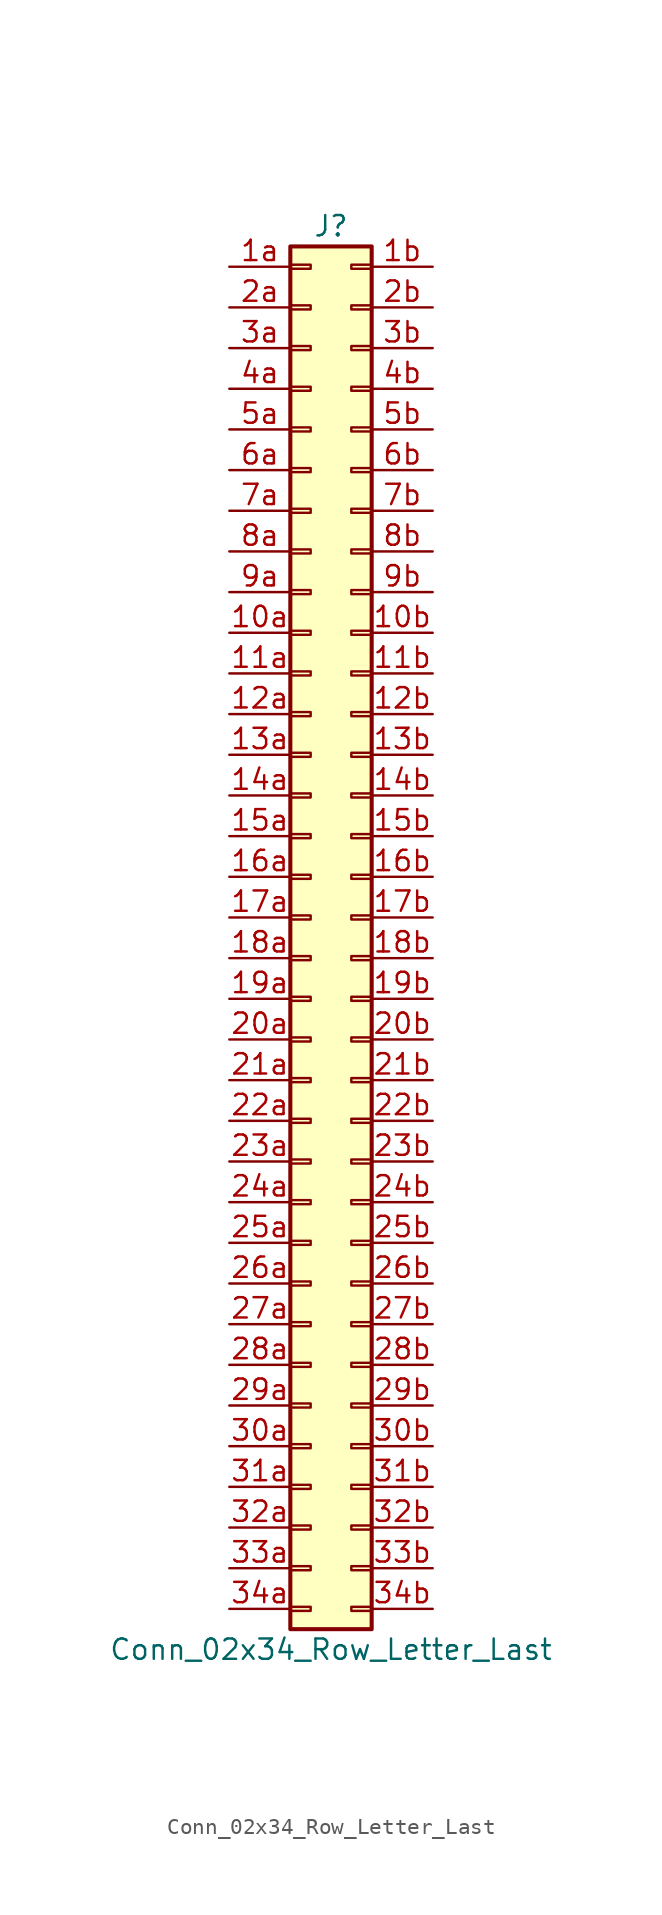
<source format=kicad_sym>
(kicad_symbol_lib
  (version 20201005)
  (generator kicad_symbol_editor)
  (symbol "Conn_02x34_Row_Letter_Last"
    (pin_names
      (offset 1.016) hide)
    (property "Reference" "J"
      (at 1.27 43.18 0)
      (effects (font (size 1.27 1.27))))
    (property "Value" "Conn_02x34_Row_Letter_Last"
      (at 1.27 -45.72 0)
      (effects (font (size 1.27 1.27))))
    (symbol "Conn_02x34_Row_Letter_Last_1_1"
      (rectangle (start -1.27 -43.053) (end 0 -43.307) (stroke (width 0.152)) (fill (type none)))
      (rectangle (start -1.27 -40.513) (end 0 -40.767) (stroke (width 0.152)) (fill (type none)))
      (rectangle (start -1.27 -37.973) (end 0 -38.227) (stroke (width 0.152)) (fill (type none)))
      (rectangle (start -1.27 -35.433) (end 0 -35.687) (stroke (width 0.152)) (fill (type none)))
      (rectangle (start -1.27 -32.893) (end 0 -33.147) (stroke (width 0.152)) (fill (type none)))
      (rectangle (start -1.27 -30.353) (end 0 -30.607) (stroke (width 0.152)) (fill (type none)))
      (rectangle (start -1.27 -27.813) (end 0 -28.067) (stroke (width 0.152)) (fill (type none)))
      (rectangle (start -1.27 -25.273) (end 0 -25.527) (stroke (width 0.152)) (fill (type none)))
      (rectangle (start -1.27 -22.733) (end 0 -22.987) (stroke (width 0.152)) (fill (type none)))
      (rectangle (start -1.27 -20.193) (end 0 -20.447) (stroke (width 0.152)) (fill (type none)))
      (rectangle (start -1.27 -17.653) (end 0 -17.907) (stroke (width 0.152)) (fill (type none)))
      (rectangle (start -1.27 -15.113) (end 0 -15.367) (stroke (width 0.152)) (fill (type none)))
      (rectangle (start -1.27 -12.573) (end 0 -12.827) (stroke (width 0.152)) (fill (type none)))
      (rectangle (start -1.27 -10.033) (end 0 -10.287) (stroke (width 0.152)) (fill (type none)))
      (rectangle (start -1.27 -7.493) (end 0 -7.747) (stroke (width 0.152)) (fill (type none)))
      (rectangle (start -1.27 -4.953) (end 0 -5.207) (stroke (width 0.152)) (fill (type none)))
      (rectangle (start -1.27 -2.413) (end 0 -2.667) (stroke (width 0.152)) (fill (type none)))
      (rectangle (start -1.27 0.127) (end 0 -0.127) (stroke (width 0.152)) (fill (type none)))
      (rectangle (start -1.27 2.667) (end 0 2.413) (stroke (width 0.152)) (fill (type none)))
      (rectangle (start -1.27 5.207) (end 0 4.953) (stroke (width 0.152)) (fill (type none)))
      (rectangle (start -1.27 7.747) (end 0 7.493) (stroke (width 0.152)) (fill (type none)))
      (rectangle (start -1.27 10.287) (end 0 10.033) (stroke (width 0.152)) (fill (type none)))
      (rectangle (start -1.27 12.827) (end 0 12.573) (stroke (width 0.152)) (fill (type none)))
      (rectangle (start -1.27 15.367) (end 0 15.113) (stroke (width 0.152)) (fill (type none)))
      (rectangle (start -1.27 17.907) (end 0 17.653) (stroke (width 0.152)) (fill (type none)))
      (rectangle (start -1.27 20.447) (end 0 20.193) (stroke (width 0.152)) (fill (type none)))
      (rectangle (start -1.27 22.987) (end 0 22.733) (stroke (width 0.152)) (fill (type none)))
      (rectangle (start -1.27 25.527) (end 0 25.273) (stroke (width 0.152)) (fill (type none)))
      (rectangle (start -1.27 28.067) (end 0 27.813) (stroke (width 0.152)) (fill (type none)))
      (rectangle (start -1.27 30.607) (end 0 30.353) (stroke (width 0.152)) (fill (type none)))
      (rectangle (start -1.27 33.147) (end 0 32.893) (stroke (width 0.152)) (fill (type none)))
      (rectangle (start -1.27 35.687) (end 0 35.433) (stroke (width 0.152)) (fill (type none)))
      (rectangle (start -1.27 38.227) (end 0 37.973) (stroke (width 0.152)) (fill (type none)))
      (rectangle (start -1.27 40.767) (end 0 40.513) (stroke (width 0.152)) (fill (type none)))
      (rectangle (start 3.81 -43.053) (end 2.54 -43.307) (stroke (width 0.152)) (fill (type none)))
      (rectangle (start 3.81 -40.513) (end 2.54 -40.767) (stroke (width 0.152)) (fill (type none)))
      (rectangle (start 3.81 -37.973) (end 2.54 -38.227) (stroke (width 0.152)) (fill (type none)))
      (rectangle (start 3.81 -35.433) (end 2.54 -35.687) (stroke (width 0.152)) (fill (type none)))
      (rectangle (start 3.81 -32.893) (end 2.54 -33.147) (stroke (width 0.152)) (fill (type none)))
      (rectangle (start 3.81 -30.353) (end 2.54 -30.607) (stroke (width 0.152)) (fill (type none)))
      (rectangle (start 3.81 -27.813) (end 2.54 -28.067) (stroke (width 0.152)) (fill (type none)))
      (rectangle (start 3.81 -25.273) (end 2.54 -25.527) (stroke (width 0.152)) (fill (type none)))
      (rectangle (start 3.81 -22.733) (end 2.54 -22.987) (stroke (width 0.152)) (fill (type none)))
      (rectangle (start 3.81 -20.193) (end 2.54 -20.447) (stroke (width 0.152)) (fill (type none)))
      (rectangle (start 3.81 -17.653) (end 2.54 -17.907) (stroke (width 0.152)) (fill (type none)))
      (rectangle (start 3.81 -15.113) (end 2.54 -15.367) (stroke (width 0.152)) (fill (type none)))
      (rectangle (start 3.81 -12.573) (end 2.54 -12.827) (stroke (width 0.152)) (fill (type none)))
      (rectangle (start 3.81 -10.033) (end 2.54 -10.287) (stroke (width 0.152)) (fill (type none)))
      (rectangle (start 3.81 -7.493) (end 2.54 -7.747) (stroke (width 0.152)) (fill (type none)))
      (rectangle (start 3.81 -4.953) (end 2.54 -5.207) (stroke (width 0.152)) (fill (type none)))
      (rectangle (start 3.81 -2.413) (end 2.54 -2.667) (stroke (width 0.152)) (fill (type none)))
      (rectangle (start 3.81 0.127) (end 2.54 -0.127) (stroke (width 0.152)) (fill (type none)))
      (rectangle (start 3.81 2.667) (end 2.54 2.413) (stroke (width 0.152)) (fill (type none)))
      (rectangle (start 3.81 5.207) (end 2.54 4.953) (stroke (width 0.152)) (fill (type none)))
      (rectangle (start 3.81 7.747) (end 2.54 7.493) (stroke (width 0.152)) (fill (type none)))
      (rectangle (start 3.81 10.287) (end 2.54 10.033) (stroke (width 0.152)) (fill (type none)))
      (rectangle (start 3.81 12.827) (end 2.54 12.573) (stroke (width 0.152)) (fill (type none)))
      (rectangle (start 3.81 15.367) (end 2.54 15.113) (stroke (width 0.152)) (fill (type none)))
      (rectangle (start 3.81 17.907) (end 2.54 17.653) (stroke (width 0.152)) (fill (type none)))
      (rectangle (start 3.81 20.447) (end 2.54 20.193) (stroke (width 0.152)) (fill (type none)))
      (rectangle (start 3.81 22.987) (end 2.54 22.733) (stroke (width 0.152)) (fill (type none)))
      (rectangle (start 3.81 25.527) (end 2.54 25.273) (stroke (width 0.152)) (fill (type none)))
      (rectangle (start 3.81 28.067) (end 2.54 27.813) (stroke (width 0.152)) (fill (type none)))
      (rectangle (start 3.81 30.607) (end 2.54 30.353) (stroke (width 0.152)) (fill (type none)))
      (rectangle (start 3.81 33.147) (end 2.54 32.893) (stroke (width 0.152)) (fill (type none)))
      (rectangle (start 3.81 35.687) (end 2.54 35.433) (stroke (width 0.152)) (fill (type none)))
      (rectangle (start 3.81 38.227) (end 2.54 37.973) (stroke (width 0.152)) (fill (type none)))
      (rectangle (start 3.81 40.767) (end 2.54 40.513) (stroke (width 0.152)) (fill (type none)))
      (rectangle (start -1.27 41.91) (end 3.81 -44.45) (stroke (width 0.254)) (fill (type background)))
      (pin passive line (at -5.08 17.78 0) (length 3.81) (name "Pin_10a" (effects (font (size 1.27 1.27)))) (number "10a" (effects (font (size 1.27 1.27)))))
      (pin passive line (at 7.62 17.78 180) (length 3.81) (name "Pin_10b" (effects (font (size 1.27 1.27)))) (number "10b" (effects (font (size 1.27 1.27)))))
      (pin passive line (at -5.08 15.24 0) (length 3.81) (name "Pin_11a" (effects (font (size 1.27 1.27)))) (number "11a" (effects (font (size 1.27 1.27)))))
      (pin passive line (at 7.62 15.24 180) (length 3.81) (name "Pin_11b" (effects (font (size 1.27 1.27)))) (number "11b" (effects (font (size 1.27 1.27)))))
      (pin passive line (at -5.08 12.7 0) (length 3.81) (name "Pin_12a" (effects (font (size 1.27 1.27)))) (number "12a" (effects (font (size 1.27 1.27)))))
      (pin passive line (at 7.62 12.7 180) (length 3.81) (name "Pin_12b" (effects (font (size 1.27 1.27)))) (number "12b" (effects (font (size 1.27 1.27)))))
      (pin passive line (at -5.08 10.16 0) (length 3.81) (name "Pin_13a" (effects (font (size 1.27 1.27)))) (number "13a" (effects (font (size 1.27 1.27)))))
      (pin passive line (at 7.62 10.16 180) (length 3.81) (name "Pin_13b" (effects (font (size 1.27 1.27)))) (number "13b" (effects (font (size 1.27 1.27)))))
      (pin passive line (at -5.08 7.62 0) (length 3.81) (name "Pin_14a" (effects (font (size 1.27 1.27)))) (number "14a" (effects (font (size 1.27 1.27)))))
      (pin passive line (at 7.62 7.62 180) (length 3.81) (name "Pin_14b" (effects (font (size 1.27 1.27)))) (number "14b" (effects (font (size 1.27 1.27)))))
      (pin passive line (at -5.08 5.08 0) (length 3.81) (name "Pin_15a" (effects (font (size 1.27 1.27)))) (number "15a" (effects (font (size 1.27 1.27)))))
      (pin passive line (at 7.62 5.08 180) (length 3.81) (name "Pin_15b" (effects (font (size 1.27 1.27)))) (number "15b" (effects (font (size 1.27 1.27)))))
      (pin passive line (at -5.08 2.54 0) (length 3.81) (name "Pin_16a" (effects (font (size 1.27 1.27)))) (number "16a" (effects (font (size 1.27 1.27)))))
      (pin passive line (at 7.62 2.54 180) (length 3.81) (name "Pin_16b" (effects (font (size 1.27 1.27)))) (number "16b" (effects (font (size 1.27 1.27)))))
      (pin passive line (at -5.08 0 0) (length 3.81) (name "Pin_17a" (effects (font (size 1.27 1.27)))) (number "17a" (effects (font (size 1.27 1.27)))))
      (pin passive line (at 7.62 0 180) (length 3.81) (name "Pin_17b" (effects (font (size 1.27 1.27)))) (number "17b" (effects (font (size 1.27 1.27)))))
      (pin passive line (at -5.08 -2.54 0) (length 3.81) (name "Pin_18a" (effects (font (size 1.27 1.27)))) (number "18a" (effects (font (size 1.27 1.27)))))
      (pin passive line (at 7.62 -2.54 180) (length 3.81) (name "Pin_18b" (effects (font (size 1.27 1.27)))) (number "18b" (effects (font (size 1.27 1.27)))))
      (pin passive line (at -5.08 -5.08 0) (length 3.81) (name "Pin_19a" (effects (font (size 1.27 1.27)))) (number "19a" (effects (font (size 1.27 1.27)))))
      (pin passive line (at 7.62 -5.08 180) (length 3.81) (name "Pin_19b" (effects (font (size 1.27 1.27)))) (number "19b" (effects (font (size 1.27 1.27)))))
      (pin passive line (at -5.08 40.64 0) (length 3.81) (name "Pin_1a" (effects (font (size 1.27 1.27)))) (number "1a" (effects (font (size 1.27 1.27)))))
      (pin passive line (at 7.62 40.64 180) (length 3.81) (name "Pin_1b" (effects (font (size 1.27 1.27)))) (number "1b" (effects (font (size 1.27 1.27)))))
      (pin passive line (at -5.08 -7.62 0) (length 3.81) (name "Pin_20a" (effects (font (size 1.27 1.27)))) (number "20a" (effects (font (size 1.27 1.27)))))
      (pin passive line (at 7.62 -7.62 180) (length 3.81) (name "Pin_20b" (effects (font (size 1.27 1.27)))) (number "20b" (effects (font (size 1.27 1.27)))))
      (pin passive line (at -5.08 -10.16 0) (length 3.81) (name "Pin_21a" (effects (font (size 1.27 1.27)))) (number "21a" (effects (font (size 1.27 1.27)))))
      (pin passive line (at 7.62 -10.16 180) (length 3.81) (name "Pin_21b" (effects (font (size 1.27 1.27)))) (number "21b" (effects (font (size 1.27 1.27)))))
      (pin passive line (at -5.08 -12.7 0) (length 3.81) (name "Pin_22a" (effects (font (size 1.27 1.27)))) (number "22a" (effects (font (size 1.27 1.27)))))
      (pin passive line (at 7.62 -12.7 180) (length 3.81) (name "Pin_22b" (effects (font (size 1.27 1.27)))) (number "22b" (effects (font (size 1.27 1.27)))))
      (pin passive line (at -5.08 -15.24 0) (length 3.81) (name "Pin_23a" (effects (font (size 1.27 1.27)))) (number "23a" (effects (font (size 1.27 1.27)))))
      (pin passive line (at 7.62 -15.24 180) (length 3.81) (name "Pin_23b" (effects (font (size 1.27 1.27)))) (number "23b" (effects (font (size 1.27 1.27)))))
      (pin passive line (at -5.08 -17.78 0) (length 3.81) (name "Pin_24a" (effects (font (size 1.27 1.27)))) (number "24a" (effects (font (size 1.27 1.27)))))
      (pin passive line (at 7.62 -17.78 180) (length 3.81) (name "Pin_24b" (effects (font (size 1.27 1.27)))) (number "24b" (effects (font (size 1.27 1.27)))))
      (pin passive line (at -5.08 -20.32 0) (length 3.81) (name "Pin_25a" (effects (font (size 1.27 1.27)))) (number "25a" (effects (font (size 1.27 1.27)))))
      (pin passive line (at 7.62 -20.32 180) (length 3.81) (name "Pin_25b" (effects (font (size 1.27 1.27)))) (number "25b" (effects (font (size 1.27 1.27)))))
      (pin passive line (at -5.08 -22.86 0) (length 3.81) (name "Pin_26a" (effects (font (size 1.27 1.27)))) (number "26a" (effects (font (size 1.27 1.27)))))
      (pin passive line (at 7.62 -22.86 180) (length 3.81) (name "Pin_26b" (effects (font (size 1.27 1.27)))) (number "26b" (effects (font (size 1.27 1.27)))))
      (pin passive line (at -5.08 -25.4 0) (length 3.81) (name "Pin_27a" (effects (font (size 1.27 1.27)))) (number "27a" (effects (font (size 1.27 1.27)))))
      (pin passive line (at 7.62 -25.4 180) (length 3.81) (name "Pin_27b" (effects (font (size 1.27 1.27)))) (number "27b" (effects (font (size 1.27 1.27)))))
      (pin passive line (at -5.08 -27.94 0) (length 3.81) (name "Pin_28a" (effects (font (size 1.27 1.27)))) (number "28a" (effects (font (size 1.27 1.27)))))
      (pin passive line (at 7.62 -27.94 180) (length 3.81) (name "Pin_28b" (effects (font (size 1.27 1.27)))) (number "28b" (effects (font (size 1.27 1.27)))))
      (pin passive line (at -5.08 -30.48 0) (length 3.81) (name "Pin_29a" (effects (font (size 1.27 1.27)))) (number "29a" (effects (font (size 1.27 1.27)))))
      (pin passive line (at 7.62 -30.48 180) (length 3.81) (name "Pin_29b" (effects (font (size 1.27 1.27)))) (number "29b" (effects (font (size 1.27 1.27)))))
      (pin passive line (at -5.08 38.1 0) (length 3.81) (name "Pin_2a" (effects (font (size 1.27 1.27)))) (number "2a" (effects (font (size 1.27 1.27)))))
      (pin passive line (at 7.62 38.1 180) (length 3.81) (name "Pin_2b" (effects (font (size 1.27 1.27)))) (number "2b" (effects (font (size 1.27 1.27)))))
      (pin passive line (at -5.08 -33.02 0) (length 3.81) (name "Pin_30a" (effects (font (size 1.27 1.27)))) (number "30a" (effects (font (size 1.27 1.27)))))
      (pin passive line (at 7.62 -33.02 180) (length 3.81) (name "Pin_30b" (effects (font (size 1.27 1.27)))) (number "30b" (effects (font (size 1.27 1.27)))))
      (pin passive line (at -5.08 -35.56 0) (length 3.81) (name "Pin_31a" (effects (font (size 1.27 1.27)))) (number "31a" (effects (font (size 1.27 1.27)))))
      (pin passive line (at 7.62 -35.56 180) (length 3.81) (name "Pin_31b" (effects (font (size 1.27 1.27)))) (number "31b" (effects (font (size 1.27 1.27)))))
      (pin passive line (at -5.08 -38.1 0) (length 3.81) (name "Pin_32a" (effects (font (size 1.27 1.27)))) (number "32a" (effects (font (size 1.27 1.27)))))
      (pin passive line (at 7.62 -38.1 180) (length 3.81) (name "Pin_32b" (effects (font (size 1.27 1.27)))) (number "32b" (effects (font (size 1.27 1.27)))))
      (pin passive line (at -5.08 -40.64 0) (length 3.81) (name "Pin_33a" (effects (font (size 1.27 1.27)))) (number "33a" (effects (font (size 1.27 1.27)))))
      (pin passive line (at 7.62 -40.64 180) (length 3.81) (name "Pin_33b" (effects (font (size 1.27 1.27)))) (number "33b" (effects (font (size 1.27 1.27)))))
      (pin passive line (at -5.08 -43.18 0) (length 3.81) (name "Pin_34a" (effects (font (size 1.27 1.27)))) (number "34a" (effects (font (size 1.27 1.27)))))
      (pin passive line (at 7.62 -43.18 180) (length 3.81) (name "Pin_34b" (effects (font (size 1.27 1.27)))) (number "34b" (effects (font (size 1.27 1.27)))))
      (pin passive line (at -5.08 35.56 0) (length 3.81) (name "Pin_3a" (effects (font (size 1.27 1.27)))) (number "3a" (effects (font (size 1.27 1.27)))))
      (pin passive line (at 7.62 35.56 180) (length 3.81) (name "Pin_3b" (effects (font (size 1.27 1.27)))) (number "3b" (effects (font (size 1.27 1.27)))))
      (pin passive line (at -5.08 33.02 0) (length 3.81) (name "Pin_4a" (effects (font (size 1.27 1.27)))) (number "4a" (effects (font (size 1.27 1.27)))))
      (pin passive line (at 7.62 33.02 180) (length 3.81) (name "Pin_4b" (effects (font (size 1.27 1.27)))) (number "4b" (effects (font (size 1.27 1.27)))))
      (pin passive line (at -5.08 30.48 0) (length 3.81) (name "Pin_5a" (effects (font (size 1.27 1.27)))) (number "5a" (effects (font (size 1.27 1.27)))))
      (pin passive line (at 7.62 30.48 180) (length 3.81) (name "Pin_5b" (effects (font (size 1.27 1.27)))) (number "5b" (effects (font (size 1.27 1.27)))))
      (pin passive line (at -5.08 27.94 0) (length 3.81) (name "Pin_6a" (effects (font (size 1.27 1.27)))) (number "6a" (effects (font (size 1.27 1.27)))))
      (pin passive line (at 7.62 27.94 180) (length 3.81) (name "Pin_6b" (effects (font (size 1.27 1.27)))) (number "6b" (effects (font (size 1.27 1.27)))))
      (pin passive line (at -5.08 25.4 0) (length 3.81) (name "Pin_7a" (effects (font (size 1.27 1.27)))) (number "7a" (effects (font (size 1.27 1.27)))))
      (pin passive line (at 7.62 25.4 180) (length 3.81) (name "Pin_7b" (effects (font (size 1.27 1.27)))) (number "7b" (effects (font (size 1.27 1.27)))))
      (pin passive line (at -5.08 22.86 0) (length 3.81) (name "Pin_8a" (effects (font (size 1.27 1.27)))) (number "8a" (effects (font (size 1.27 1.27)))))
      (pin passive line (at 7.62 22.86 180) (length 3.81) (name "Pin_8b" (effects (font (size 1.27 1.27)))) (number "8b" (effects (font (size 1.27 1.27)))))
      (pin passive line (at -5.08 20.32 0) (length 3.81) (name "Pin_9a" (effects (font (size 1.27 1.27)))) (number "9a" (effects (font (size 1.27 1.27)))))
      (pin passive line (at 7.62 20.32 180) (length 3.81) (name "Pin_9b" (effects (font (size 1.27 1.27)))) (number "9b" (effects (font (size 1.27 1.27))))))))
</source>
